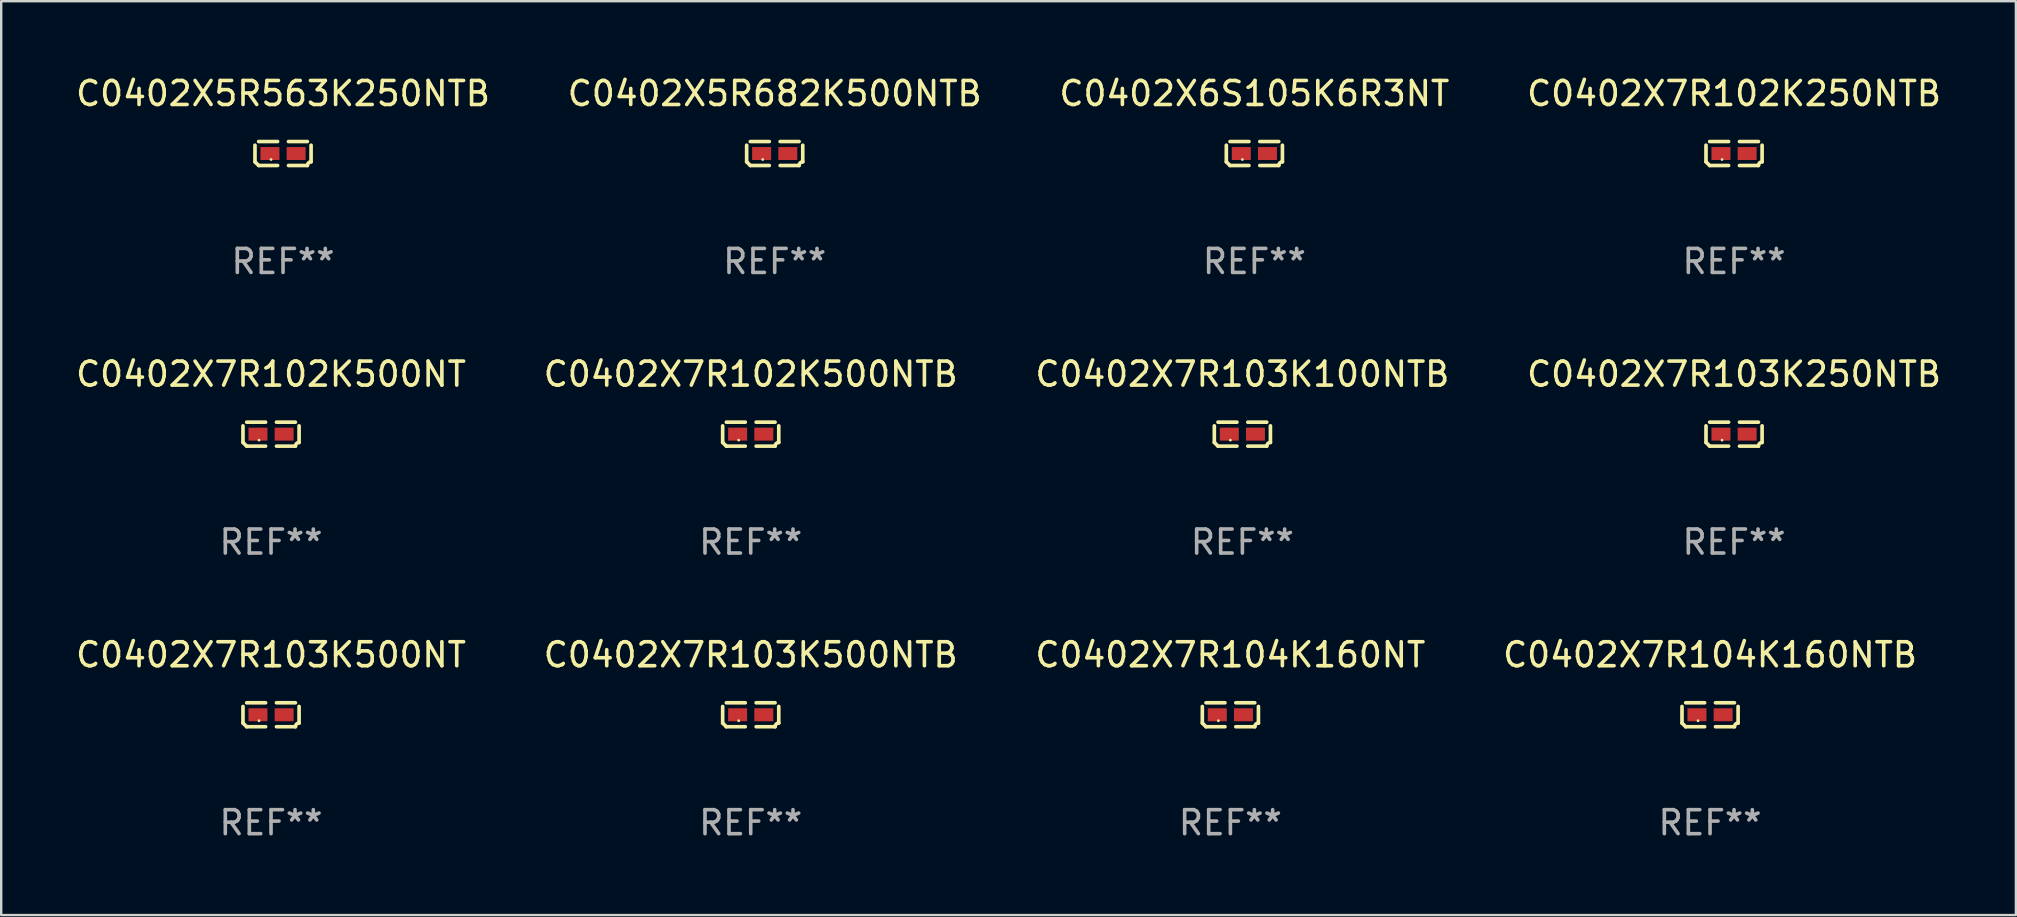
<source format=kicad_pcb>
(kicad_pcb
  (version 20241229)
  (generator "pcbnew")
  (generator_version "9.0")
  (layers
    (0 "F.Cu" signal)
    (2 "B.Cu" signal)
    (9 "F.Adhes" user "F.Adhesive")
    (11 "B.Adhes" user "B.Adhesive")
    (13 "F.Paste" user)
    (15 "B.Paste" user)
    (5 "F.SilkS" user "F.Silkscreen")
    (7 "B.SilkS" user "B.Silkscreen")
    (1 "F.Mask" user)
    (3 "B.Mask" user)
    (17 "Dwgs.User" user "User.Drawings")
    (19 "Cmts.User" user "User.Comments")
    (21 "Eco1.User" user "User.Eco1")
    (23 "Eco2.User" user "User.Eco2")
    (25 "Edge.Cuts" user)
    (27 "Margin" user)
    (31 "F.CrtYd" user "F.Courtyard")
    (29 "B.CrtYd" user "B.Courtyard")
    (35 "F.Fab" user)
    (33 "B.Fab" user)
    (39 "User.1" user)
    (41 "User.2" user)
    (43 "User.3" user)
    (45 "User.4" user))
  (footprint "C0402X6S105K6R3NT"
    (layer "F.Cu")
    (at 49.22 3.347)
    (property "Reference" "C0402X6S105K6R3NT" (at 0 -2.499 0) (layer "F.SilkS") (effects (font (size 1 1) (thickness 0.15))))
    (attr through_hole)
    (fp_line (start -1.169 0.346) (end -1.169 -0.346) (stroke (width 0.152) (type solid)) (layer "F.SilkS"))
    (fp_line (start -1.016 -0.499) (end -0.226 -0.499) (stroke (width 0.152) (type solid)) (layer "F.SilkS"))
    (fp_line (start -0.226 0.499) (end -1.016 0.499) (stroke (width 0.152) (type solid)) (layer "F.SilkS"))
    (fp_line (start 0.226 0.499) (end 1.016 0.499) (stroke (width 0.152) (type solid)) (layer "F.SilkS"))
    (fp_line (start 1.016 -0.499) (end 0.226 -0.499) (stroke (width 0.152) (type solid)) (layer "F.SilkS"))
    (fp_line (start 1.169 0.346) (end 1.169 -0.346) (stroke (width 0.152) (type solid)) (layer "F.SilkS"))
    (fp_arc (start -1.016307 0.498603) (mid -1.092512 0.422405) (end -1.16871 0.3462) (stroke (width 0.1524) (type solid)) (layer "F.SilkS"))
    (fp_arc (start 1.016307 0.498603) (mid 1.060899 0.390758) (end 1.168707 0.346076) (stroke (width 0.1524) (type solid)) (layer "F.SilkS"))
    (fp_circle (center -0.5 0.25) (end -0.47 0.25) (stroke (width 0.06) (type solid)) (fill no) (layer "F.SilkS"))
    (fp_text user "REF**" (at 0 4.499 0) (layer "F.Fab") (effects (font (size 1 1) (thickness 0.15))))
    (pad "1" smd rect (at -0.545 0) (size 0.79 0.54) (layers "F.Cu" "F.Mask" "F.Paste"))
    (pad "2" smd rect (at 0.545 0) (size 0.79 0.54) (layers "F.Cu" "F.Mask" "F.Paste")))
  (footprint "C0402X7R102K500NT"
    (layer "F.Cu")
    (at 8.244 15.041)
    (property "Reference" "C0402X7R102K500NT" (at 0 -2.499 0) (layer "F.SilkS") (effects (font (size 1 1) (thickness 0.15))))
    (attr through_hole)
    (fp_line (start -1.169 0.346) (end -1.169 -0.346) (stroke (width 0.152) (type solid)) (layer "F.SilkS"))
    (fp_line (start -1.016 -0.499) (end -0.226 -0.499) (stroke (width 0.152) (type solid)) (layer "F.SilkS"))
    (fp_line (start -0.226 0.499) (end -1.016 0.499) (stroke (width 0.152) (type solid)) (layer "F.SilkS"))
    (fp_line (start 0.226 0.499) (end 1.016 0.499) (stroke (width 0.152) (type solid)) (layer "F.SilkS"))
    (fp_line (start 1.016 -0.499) (end 0.226 -0.499) (stroke (width 0.152) (type solid)) (layer "F.SilkS"))
    (fp_line (start 1.169 0.346) (end 1.169 -0.346) (stroke (width 0.152) (type solid)) (layer "F.SilkS"))
    (fp_arc (start -1.016307 0.498603) (mid -1.092512 0.422405) (end -1.16871 0.3462) (stroke (width 0.1524) (type solid)) (layer "F.SilkS"))
    (fp_arc (start 1.016307 0.498603) (mid 1.060899 0.390758) (end 1.168707 0.346076) (stroke (width 0.1524) (type solid)) (layer "F.SilkS"))
    (fp_circle (center -0.5 0.25) (end -0.47 0.25) (stroke (width 0.06) (type solid)) (fill no) (layer "F.SilkS"))
    (fp_text user "REF**" (at 0 4.499 0) (layer "F.Fab") (effects (font (size 1 1) (thickness 0.15))))
    (pad "1" smd rect (at -0.545 0) (size 0.79 0.54) (layers "F.Cu" "F.Mask" "F.Paste"))
    (pad "2" smd rect (at 0.545 0) (size 0.79 0.54) (layers "F.Cu" "F.Mask" "F.Paste")))
  (footprint "C0402X7R102K250NTB"
    (layer "F.Cu")
    (at 69.208 3.347)
    (property "Reference" "C0402X7R102K250NTB" (at 0 -2.499 0) (layer "F.SilkS") (effects (font (size 1 1) (thickness 0.15))))
    (attr through_hole)
    (fp_line (start -1.169 0.346) (end -1.169 -0.346) (stroke (width 0.152) (type solid)) (layer "F.SilkS"))
    (fp_line (start -1.016 -0.499) (end -0.226 -0.499) (stroke (width 0.152) (type solid)) (layer "F.SilkS"))
    (fp_line (start -0.226 0.499) (end -1.016 0.499) (stroke (width 0.152) (type solid)) (layer "F.SilkS"))
    (fp_line (start 0.226 0.499) (end 1.016 0.499) (stroke (width 0.152) (type solid)) (layer "F.SilkS"))
    (fp_line (start 1.016 -0.499) (end 0.226 -0.499) (stroke (width 0.152) (type solid)) (layer "F.SilkS"))
    (fp_line (start 1.169 0.346) (end 1.169 -0.346) (stroke (width 0.152) (type solid)) (layer "F.SilkS"))
    (fp_arc (start -1.016307 0.498603) (mid -1.092512 0.422405) (end -1.16871 0.3462) (stroke (width 0.1524) (type solid)) (layer "F.SilkS"))
    (fp_arc (start 1.016307 0.498603) (mid 1.060899 0.390758) (end 1.168707 0.346076) (stroke (width 0.1524) (type solid)) (layer "F.SilkS"))
    (fp_circle (center -0.5 0.25) (end -0.47 0.25) (stroke (width 0.06) (type solid)) (fill no) (layer "F.SilkS"))
    (fp_text user "REF**" (at 0 4.499 0) (layer "F.Fab") (effects (font (size 1 1) (thickness 0.15))))
    (pad "1" smd rect (at -0.545 0) (size 0.79 0.54) (layers "F.Cu" "F.Mask" "F.Paste"))
    (pad "2" smd rect (at 0.545 0) (size 0.79 0.54) (layers "F.Cu" "F.Mask" "F.Paste")))
  (footprint "C0402X7R103K250NTB"
    (layer "F.Cu")
    (at 69.208 15.041)
    (property "Reference" "C0402X7R103K250NTB" (at 0 -2.499 0) (layer "F.SilkS") (effects (font (size 1 1) (thickness 0.15))))
    (attr through_hole)
    (fp_line (start -1.169 0.346) (end -1.169 -0.346) (stroke (width 0.152) (type solid)) (layer "F.SilkS"))
    (fp_line (start -1.016 -0.499) (end -0.226 -0.499) (stroke (width 0.152) (type solid)) (layer "F.SilkS"))
    (fp_line (start -0.226 0.499) (end -1.016 0.499) (stroke (width 0.152) (type solid)) (layer "F.SilkS"))
    (fp_line (start 0.226 0.499) (end 1.016 0.499) (stroke (width 0.152) (type solid)) (layer "F.SilkS"))
    (fp_line (start 1.016 -0.499) (end 0.226 -0.499) (stroke (width 0.152) (type solid)) (layer "F.SilkS"))
    (fp_line (start 1.169 0.346) (end 1.169 -0.346) (stroke (width 0.152) (type solid)) (layer "F.SilkS"))
    (fp_arc (start -1.016307 0.498603) (mid -1.092512 0.422405) (end -1.16871 0.3462) (stroke (width 0.1524) (type solid)) (layer "F.SilkS"))
    (fp_arc (start 1.016307 0.498603) (mid 1.060899 0.390758) (end 1.168707 0.346076) (stroke (width 0.1524) (type solid)) (layer "F.SilkS"))
    (fp_circle (center -0.5 0.25) (end -0.47 0.25) (stroke (width 0.06) (type solid)) (fill no) (layer "F.SilkS"))
    (fp_text user "REF**" (at 0 4.499 0) (layer "F.Fab") (effects (font (size 1 1) (thickness 0.15))))
    (pad "1" smd rect (at -0.545 0) (size 0.79 0.54) (layers "F.Cu" "F.Mask" "F.Paste"))
    (pad "2" smd rect (at 0.545 0) (size 0.79 0.54) (layers "F.Cu" "F.Mask" "F.Paste")))
  (footprint "C0402X7R102K500NTB"
    (layer "F.Cu")
    (at 28.232 15.041)
    (property "Reference" "C0402X7R102K500NTB" (at 0 -2.499 0) (layer "F.SilkS") (effects (font (size 1 1) (thickness 0.15))))
    (attr through_hole)
    (fp_line (start -1.169 0.346) (end -1.169 -0.346) (stroke (width 0.152) (type solid)) (layer "F.SilkS"))
    (fp_line (start -1.016 -0.499) (end -0.226 -0.499) (stroke (width 0.152) (type solid)) (layer "F.SilkS"))
    (fp_line (start -0.226 0.499) (end -1.016 0.499) (stroke (width 0.152) (type solid)) (layer "F.SilkS"))
    (fp_line (start 0.226 0.499) (end 1.016 0.499) (stroke (width 0.152) (type solid)) (layer "F.SilkS"))
    (fp_line (start 1.016 -0.499) (end 0.226 -0.499) (stroke (width 0.152) (type solid)) (layer "F.SilkS"))
    (fp_line (start 1.169 0.346) (end 1.169 -0.346) (stroke (width 0.152) (type solid)) (layer "F.SilkS"))
    (fp_arc (start -1.016307 0.498603) (mid -1.092512 0.422405) (end -1.16871 0.3462) (stroke (width 0.1524) (type solid)) (layer "F.SilkS"))
    (fp_arc (start 1.016307 0.498603) (mid 1.060899 0.390758) (end 1.168707 0.346076) (stroke (width 0.1524) (type solid)) (layer "F.SilkS"))
    (fp_circle (center -0.5 0.25) (end -0.47 0.25) (stroke (width 0.06) (type solid)) (fill no) (layer "F.SilkS"))
    (fp_text user "REF**" (at 0 4.499 0) (layer "F.Fab") (effects (font (size 1 1) (thickness 0.15))))
    (pad "1" smd rect (at -0.545 0) (size 0.79 0.54) (layers "F.Cu" "F.Mask" "F.Paste"))
    (pad "2" smd rect (at 0.545 0) (size 0.79 0.54) (layers "F.Cu" "F.Mask" "F.Paste")))
  (footprint "C0402X5R563K250NTB"
    (layer "F.Cu")
    (at 8.744 3.347)
    (property "Reference" "C0402X5R563K250NTB" (at 0 -2.499 0) (layer "F.SilkS") (effects (font (size 1 1) (thickness 0.15))))
    (attr through_hole)
    (fp_line (start -1.169 0.346) (end -1.169 -0.346) (stroke (width 0.152) (type solid)) (layer "F.SilkS"))
    (fp_line (start -1.016 -0.499) (end -0.226 -0.499) (stroke (width 0.152) (type solid)) (layer "F.SilkS"))
    (fp_line (start -0.226 0.499) (end -1.016 0.499) (stroke (width 0.152) (type solid)) (layer "F.SilkS"))
    (fp_line (start 0.226 0.499) (end 1.016 0.499) (stroke (width 0.152) (type solid)) (layer "F.SilkS"))
    (fp_line (start 1.016 -0.499) (end 0.226 -0.499) (stroke (width 0.152) (type solid)) (layer "F.SilkS"))
    (fp_line (start 1.169 0.346) (end 1.169 -0.346) (stroke (width 0.152) (type solid)) (layer "F.SilkS"))
    (fp_arc (start -1.016307 0.498603) (mid -1.092512 0.422405) (end -1.16871 0.3462) (stroke (width 0.1524) (type solid)) (layer "F.SilkS"))
    (fp_arc (start 1.016307 0.498603) (mid 1.060899 0.390758) (end 1.168707 0.346076) (stroke (width 0.1524) (type solid)) (layer "F.SilkS"))
    (fp_circle (center -0.5 0.25) (end -0.47 0.25) (stroke (width 0.06) (type solid)) (fill no) (layer "F.SilkS"))
    (fp_text user "REF**" (at 0 4.499 0) (layer "F.Fab") (effects (font (size 1 1) (thickness 0.15))))
    (pad "1" smd rect (at -0.545 0) (size 0.79 0.54) (layers "F.Cu" "F.Mask" "F.Paste"))
    (pad "2" smd rect (at 0.545 0) (size 0.79 0.54) (layers "F.Cu" "F.Mask" "F.Paste")))
  (footprint "C0402X5R682K500NTB"
    (layer "F.Cu")
    (at 29.232 3.347)
    (property "Reference" "C0402X5R682K500NTB" (at 0 -2.499 0) (layer "F.SilkS") (effects (font (size 1 1) (thickness 0.15))))
    (attr through_hole)
    (fp_line (start -1.169 0.346) (end -1.169 -0.346) (stroke (width 0.152) (type solid)) (layer "F.SilkS"))
    (fp_line (start -1.016 -0.499) (end -0.226 -0.499) (stroke (width 0.152) (type solid)) (layer "F.SilkS"))
    (fp_line (start -0.226 0.499) (end -1.016 0.499) (stroke (width 0.152) (type solid)) (layer "F.SilkS"))
    (fp_line (start 0.226 0.499) (end 1.016 0.499) (stroke (width 0.152) (type solid)) (layer "F.SilkS"))
    (fp_line (start 1.016 -0.499) (end 0.226 -0.499) (stroke (width 0.152) (type solid)) (layer "F.SilkS"))
    (fp_line (start 1.169 0.346) (end 1.169 -0.346) (stroke (width 0.152) (type solid)) (layer "F.SilkS"))
    (fp_arc (start -1.016307 0.498603) (mid -1.092512 0.422405) (end -1.16871 0.3462) (stroke (width 0.1524) (type solid)) (layer "F.SilkS"))
    (fp_arc (start 1.016307 0.498603) (mid 1.060899 0.390758) (end 1.168707 0.346076) (stroke (width 0.1524) (type solid)) (layer "F.SilkS"))
    (fp_circle (center -0.5 0.25) (end -0.47 0.25) (stroke (width 0.06) (type solid)) (fill no) (layer "F.SilkS"))
    (fp_text user "REF**" (at 0 4.499 0) (layer "F.Fab") (effects (font (size 1 1) (thickness 0.15))))
    (pad "1" smd rect (at -0.545 0) (size 0.79 0.54) (layers "F.Cu" "F.Mask" "F.Paste"))
    (pad "2" smd rect (at 0.545 0) (size 0.79 0.54) (layers "F.Cu" "F.Mask" "F.Paste")))
  (footprint "C0402X7R103K500NT"
    (layer "F.Cu")
    (at 8.244 26.734)
    (property "Reference" "C0402X7R103K500NT" (at 0 -2.499 0) (layer "F.SilkS") (effects (font (size 1 1) (thickness 0.15))))
    (attr through_hole)
    (fp_line (start -1.169 0.346) (end -1.169 -0.346) (stroke (width 0.152) (type solid)) (layer "F.SilkS"))
    (fp_line (start -1.016 -0.499) (end -0.226 -0.499) (stroke (width 0.152) (type solid)) (layer "F.SilkS"))
    (fp_line (start -0.226 0.499) (end -1.016 0.499) (stroke (width 0.152) (type solid)) (layer "F.SilkS"))
    (fp_line (start 0.226 0.499) (end 1.016 0.499) (stroke (width 0.152) (type solid)) (layer "F.SilkS"))
    (fp_line (start 1.016 -0.499) (end 0.226 -0.499) (stroke (width 0.152) (type solid)) (layer "F.SilkS"))
    (fp_line (start 1.169 0.346) (end 1.169 -0.346) (stroke (width 0.152) (type solid)) (layer "F.SilkS"))
    (fp_arc (start -1.016307 0.498603) (mid -1.092512 0.422405) (end -1.16871 0.3462) (stroke (width 0.1524) (type solid)) (layer "F.SilkS"))
    (fp_arc (start 1.016307 0.498603) (mid 1.060899 0.390758) (end 1.168707 0.346076) (stroke (width 0.1524) (type solid)) (layer "F.SilkS"))
    (fp_circle (center -0.5 0.25) (end -0.47 0.25) (stroke (width 0.06) (type solid)) (fill no) (layer "F.SilkS"))
    (fp_text user "REF**" (at 0 4.499 0) (layer "F.Fab") (effects (font (size 1 1) (thickness 0.15))))
    (pad "1" smd rect (at -0.545 0) (size 0.79 0.54) (layers "F.Cu" "F.Mask" "F.Paste"))
    (pad "2" smd rect (at 0.545 0) (size 0.79 0.54) (layers "F.Cu" "F.Mask" "F.Paste")))
  (footprint "C0402X7R103K100NTB"
    (layer "F.Cu")
    (at 48.72 15.041)
    (property "Reference" "C0402X7R103K100NTB" (at 0 -2.499 0) (layer "F.SilkS") (effects (font (size 1 1) (thickness 0.15))))
    (attr through_hole)
    (fp_line (start -1.169 0.346) (end -1.169 -0.346) (stroke (width 0.152) (type solid)) (layer "F.SilkS"))
    (fp_line (start -1.016 -0.499) (end -0.226 -0.499) (stroke (width 0.152) (type solid)) (layer "F.SilkS"))
    (fp_line (start -0.226 0.499) (end -1.016 0.499) (stroke (width 0.152) (type solid)) (layer "F.SilkS"))
    (fp_line (start 0.226 0.499) (end 1.016 0.499) (stroke (width 0.152) (type solid)) (layer "F.SilkS"))
    (fp_line (start 1.016 -0.499) (end 0.226 -0.499) (stroke (width 0.152) (type solid)) (layer "F.SilkS"))
    (fp_line (start 1.169 0.346) (end 1.169 -0.346) (stroke (width 0.152) (type solid)) (layer "F.SilkS"))
    (fp_arc (start -1.016307 0.498603) (mid -1.092512 0.422405) (end -1.16871 0.3462) (stroke (width 0.1524) (type solid)) (layer "F.SilkS"))
    (fp_arc (start 1.016307 0.498603) (mid 1.060899 0.390758) (end 1.168707 0.346076) (stroke (width 0.1524) (type solid)) (layer "F.SilkS"))
    (fp_circle (center -0.5 0.25) (end -0.47 0.25) (stroke (width 0.06) (type solid)) (fill no) (layer "F.SilkS"))
    (fp_text user "REF**" (at 0 4.499 0) (layer "F.Fab") (effects (font (size 1 1) (thickness 0.15))))
    (pad "1" smd rect (at -0.545 0) (size 0.79 0.54) (layers "F.Cu" "F.Mask" "F.Paste"))
    (pad "2" smd rect (at 0.545 0) (size 0.79 0.54) (layers "F.Cu" "F.Mask" "F.Paste")))
  (footprint "C0402X7R104K160NT"
    (layer "F.Cu")
    (at 48.22 26.734)
    (property "Reference" "C0402X7R104K160NT" (at 0 -2.499 0) (layer "F.SilkS") (effects (font (size 1 1) (thickness 0.15))))
    (attr through_hole)
    (fp_line (start -1.169 0.346) (end -1.169 -0.346) (stroke (width 0.152) (type solid)) (layer "F.SilkS"))
    (fp_line (start -1.016 -0.499) (end -0.226 -0.499) (stroke (width 0.152) (type solid)) (layer "F.SilkS"))
    (fp_line (start -0.226 0.499) (end -1.016 0.499) (stroke (width 0.152) (type solid)) (layer "F.SilkS"))
    (fp_line (start 0.226 0.499) (end 1.016 0.499) (stroke (width 0.152) (type solid)) (layer "F.SilkS"))
    (fp_line (start 1.016 -0.499) (end 0.226 -0.499) (stroke (width 0.152) (type solid)) (layer "F.SilkS"))
    (fp_line (start 1.169 0.346) (end 1.169 -0.346) (stroke (width 0.152) (type solid)) (layer "F.SilkS"))
    (fp_arc (start -1.016307 0.498603) (mid -1.092512 0.422405) (end -1.16871 0.3462) (stroke (width 0.1524) (type solid)) (layer "F.SilkS"))
    (fp_arc (start 1.016307 0.498603) (mid 1.060899 0.390758) (end 1.168707 0.346076) (stroke (width 0.1524) (type solid)) (layer "F.SilkS"))
    (fp_circle (center -0.5 0.25) (end -0.47 0.25) (stroke (width 0.06) (type solid)) (fill no) (layer "F.SilkS"))
    (fp_text user "REF**" (at 0 4.499 0) (layer "F.Fab") (effects (font (size 1 1) (thickness 0.15))))
    (pad "1" smd rect (at -0.545 0) (size 0.79 0.54) (layers "F.Cu" "F.Mask" "F.Paste"))
    (pad "2" smd rect (at 0.545 0) (size 0.79 0.54) (layers "F.Cu" "F.Mask" "F.Paste")))
  (footprint "C0402X7R104K160NTB"
    (layer "F.Cu")
    (at 68.208 26.734)
    (property "Reference" "C0402X7R104K160NTB" (at 0 -2.499 0) (layer "F.SilkS") (effects (font (size 1 1) (thickness 0.15))))
    (attr through_hole)
    (fp_line (start -1.169 0.346) (end -1.169 -0.346) (stroke (width 0.152) (type solid)) (layer "F.SilkS"))
    (fp_line (start -1.016 -0.499) (end -0.226 -0.499) (stroke (width 0.152) (type solid)) (layer "F.SilkS"))
    (fp_line (start -0.226 0.499) (end -1.016 0.499) (stroke (width 0.152) (type solid)) (layer "F.SilkS"))
    (fp_line (start 0.226 0.499) (end 1.016 0.499) (stroke (width 0.152) (type solid)) (layer "F.SilkS"))
    (fp_line (start 1.016 -0.499) (end 0.226 -0.499) (stroke (width 0.152) (type solid)) (layer "F.SilkS"))
    (fp_line (start 1.169 0.346) (end 1.169 -0.346) (stroke (width 0.152) (type solid)) (layer "F.SilkS"))
    (fp_arc (start -1.016307 0.498603) (mid -1.092512 0.422405) (end -1.16871 0.3462) (stroke (width 0.1524) (type solid)) (layer "F.SilkS"))
    (fp_arc (start 1.016307 0.498603) (mid 1.060899 0.390758) (end 1.168707 0.346076) (stroke (width 0.1524) (type solid)) (layer "F.SilkS"))
    (fp_circle (center -0.5 0.25) (end -0.47 0.25) (stroke (width 0.06) (type solid)) (fill no) (layer "F.SilkS"))
    (fp_text user "REF**" (at 0 4.499 0) (layer "F.Fab") (effects (font (size 1 1) (thickness 0.15))))
    (pad "1" smd rect (at -0.545 0) (size 0.79 0.54) (layers "F.Cu" "F.Mask" "F.Paste"))
    (pad "2" smd rect (at 0.545 0) (size 0.79 0.54) (layers "F.Cu" "F.Mask" "F.Paste")))
  (footprint "C0402X7R103K500NTB"
    (layer "F.Cu")
    (at 28.232 26.734)
    (property "Reference" "C0402X7R103K500NTB" (at 0 -2.499 0) (layer "F.SilkS") (effects (font (size 1 1) (thickness 0.15))))
    (attr through_hole)
    (fp_line (start -1.169 0.346) (end -1.169 -0.346) (stroke (width 0.152) (type solid)) (layer "F.SilkS"))
    (fp_line (start -1.016 -0.499) (end -0.226 -0.499) (stroke (width 0.152) (type solid)) (layer "F.SilkS"))
    (fp_line (start -0.226 0.499) (end -1.016 0.499) (stroke (width 0.152) (type solid)) (layer "F.SilkS"))
    (fp_line (start 0.226 0.499) (end 1.016 0.499) (stroke (width 0.152) (type solid)) (layer "F.SilkS"))
    (fp_line (start 1.016 -0.499) (end 0.226 -0.499) (stroke (width 0.152) (type solid)) (layer "F.SilkS"))
    (fp_line (start 1.169 0.346) (end 1.169 -0.346) (stroke (width 0.152) (type solid)) (layer "F.SilkS"))
    (fp_arc (start -1.016307 0.498603) (mid -1.092512 0.422405) (end -1.16871 0.3462) (stroke (width 0.1524) (type solid)) (layer "F.SilkS"))
    (fp_arc (start 1.016307 0.498603) (mid 1.060899 0.390758) (end 1.168707 0.346076) (stroke (width 0.1524) (type solid)) (layer "F.SilkS"))
    (fp_circle (center -0.5 0.25) (end -0.47 0.25) (stroke (width 0.06) (type solid)) (fill no) (layer "F.SilkS"))
    (fp_text user "REF**" (at 0 4.499 0) (layer "F.Fab") (effects (font (size 1 1) (thickness 0.15))))
    (pad "1" smd rect (at -0.545 0) (size 0.79 0.54) (layers "F.Cu" "F.Mask" "F.Paste"))
    (pad "2" smd rect (at 0.545 0) (size 0.79 0.54) (layers "F.Cu" "F.Mask" "F.Paste")))
  (gr_rect
    (start -3 -3)
    (end 80.952 35.081)
    (stroke (width 0.1) (type default))
    (fill no)
    (layer "Edge.Cuts")))
</source>
